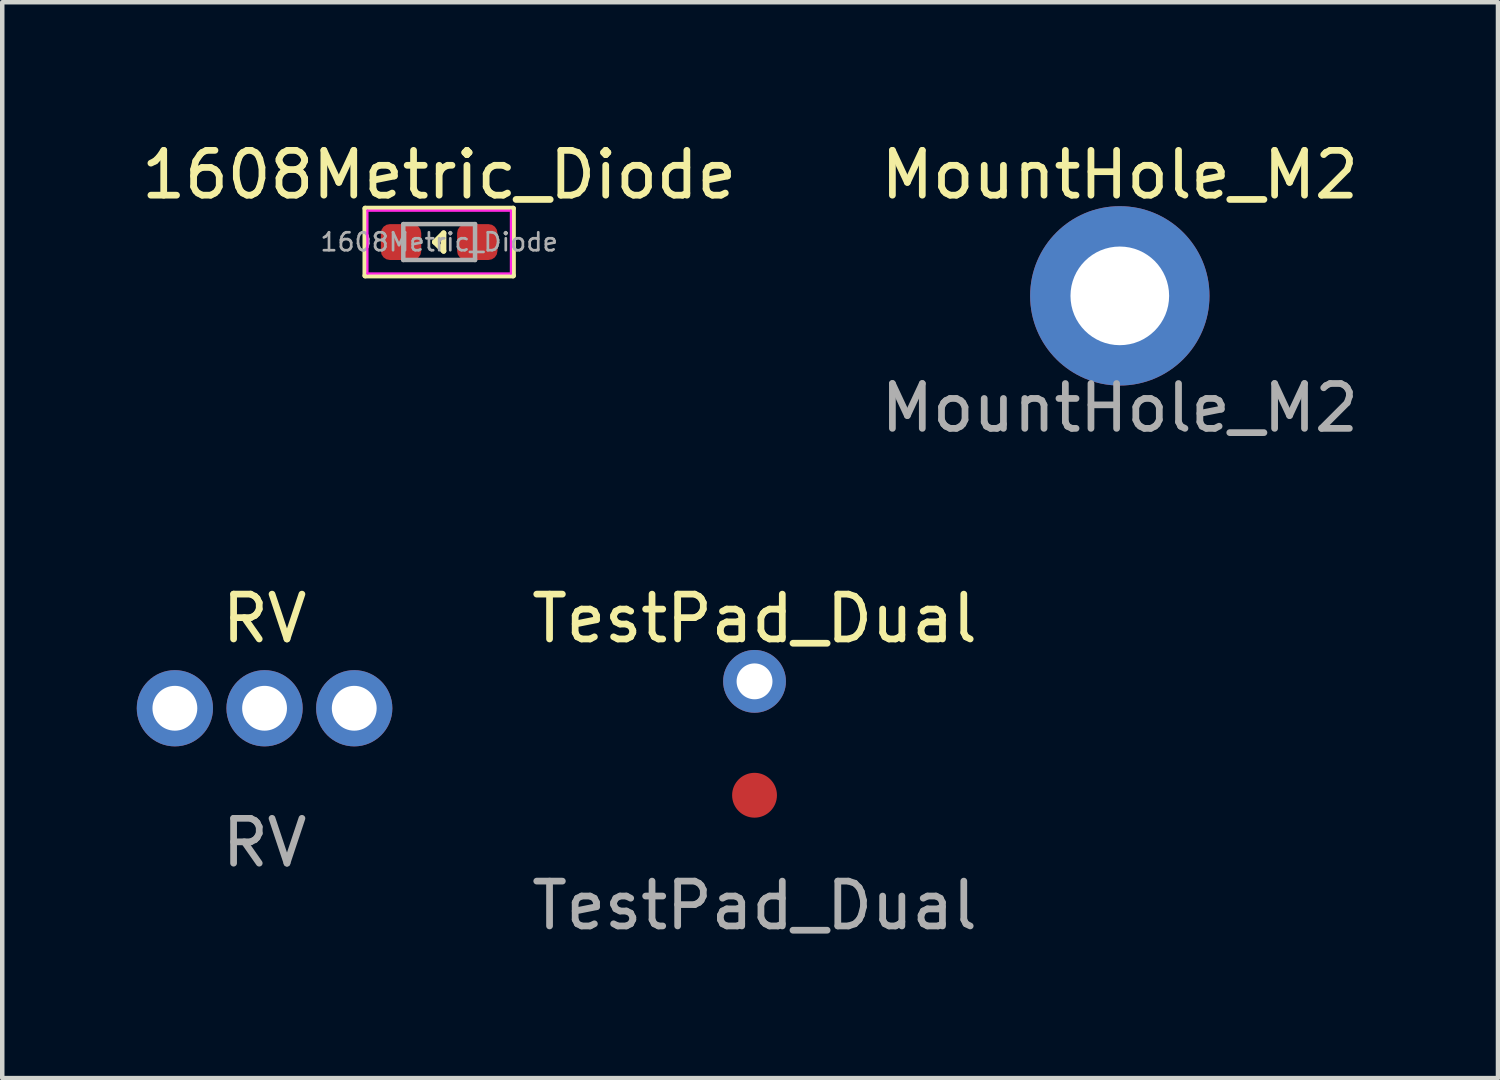
<source format=kicad_pcb>
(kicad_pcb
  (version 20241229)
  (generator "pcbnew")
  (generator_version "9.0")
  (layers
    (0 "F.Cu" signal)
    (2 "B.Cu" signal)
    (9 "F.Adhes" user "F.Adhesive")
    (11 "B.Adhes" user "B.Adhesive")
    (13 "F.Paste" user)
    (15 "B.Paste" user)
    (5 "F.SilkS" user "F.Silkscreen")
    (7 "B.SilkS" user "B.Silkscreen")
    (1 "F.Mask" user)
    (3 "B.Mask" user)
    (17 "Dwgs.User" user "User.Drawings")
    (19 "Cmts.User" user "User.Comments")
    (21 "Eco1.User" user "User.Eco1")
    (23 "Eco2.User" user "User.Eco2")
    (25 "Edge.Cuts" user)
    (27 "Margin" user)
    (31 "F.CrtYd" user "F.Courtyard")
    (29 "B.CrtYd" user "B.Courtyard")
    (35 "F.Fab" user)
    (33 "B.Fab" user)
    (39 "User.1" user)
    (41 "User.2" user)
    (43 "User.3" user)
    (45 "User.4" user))
  (footprint "RV"
    (layer "F.Cu")
    (at 2.85 12.745)
    (property "Reference" "RV" (at 0 -2 0) (unlocked yes) (layer "F.SilkS") (effects (font (size 1 1) (thickness 0.15))))
    (attr through_hole)
    (fp_text user "${REFERENCE}" (at 0 3 0) (unlocked yes) (layer "F.Fab") (effects (font (size 1 1) (thickness 0.15))))
    (pad "1" thru_hole circle (at 2 0) (size 1.7 1.7) (drill 1) (layers "*.Cu" "*.Mask"))
    (pad "2" thru_hole circle (at 0 0) (size 1.7 1.7) (drill 1) (layers "*.Cu" "*.Mask"))
    (pad "3" thru_hole circle (at -2 0) (size 1.7 1.7) (drill 1) (layers "*.Cu" "*.Mask")))
  (footprint "TestPad_Dual"
    (layer "F.Cu")
    (at 13.777 12.145)
    (property "Reference" "TestPad_Dual" (at 0 -1.4 0) (unlocked yes) (layer "F.SilkS") (effects (font (size 1 1) (thickness 0.15))))
    (attr smd)
    (fp_text user "${REFERENCE}" (at 0 5 0) (unlocked yes) (layer "F.Fab") (effects (font (size 1 1) (thickness 0.15))))
    (pad "1" thru_hole circle (at 0 0) (size 1.4 1.4) (drill 0.8) (layers "*.Cu" "*.Mask"))
    (pad "1" smd circle (at 0 2.54) (size 1 1) (layers "F.Cu" "F.Mask" "F.Paste")))
  (footprint "1608Metric_Diode"
    (layer "F.Cu")
    (at 6.744 2.348)
    (property "Reference" "1608Metric_Diode" (at 0 -1.5 0) (layer "F.SilkS") (effects (font (size 1 1) (thickness 0.15))))
    (attr smd)
    (fp_line (start -1.65 -0.75) (end -1.65 0.75) (stroke (width 0.12) (type solid)) (layer "F.SilkS"))
    (fp_line (start -1.65 -0.75) (end 1.65 -0.75) (stroke (width 0.12) (type solid)) (layer "F.SilkS"))
    (fp_line (start -1.65 0.75) (end 1.65 0.75) (stroke (width 0.12) (type solid)) (layer "F.SilkS"))
    (fp_line (start -0.1 0) (end 0.1 -0.2) (stroke (width 0.12) (type solid)) (layer "F.SilkS"))
    (fp_line (start 0.1 -0.2) (end 0.1 0.2) (stroke (width 0.12) (type solid)) (layer "F.SilkS"))
    (fp_line (start 0.1 0.2) (end -0.1 0) (stroke (width 0.12) (type solid)) (layer "F.SilkS"))
    (fp_line (start 1.65 -0.75) (end 1.65 0.75) (stroke (width 0.12) (type solid)) (layer "F.SilkS"))
    (fp_line (start -1.6 -0.7) (end 1.6 -0.7) (stroke (width 0.05) (type solid)) (layer "F.CrtYd"))
    (fp_line (start -1.6 0.7) (end -1.6 -0.7) (stroke (width 0.05) (type solid)) (layer "F.CrtYd"))
    (fp_line (start 1.6 -0.7) (end 1.6 0.7) (stroke (width 0.05) (type solid)) (layer "F.CrtYd"))
    (fp_line (start 1.6 0.7) (end -1.6 0.7) (stroke (width 0.05) (type solid)) (layer "F.CrtYd"))
    (fp_line (start -0.8 -0.4) (end 0.8 -0.4) (stroke (width 0.1) (type solid)) (layer "F.Fab"))
    (fp_line (start -0.8 0.4) (end -0.8 -0.4) (stroke (width 0.1) (type solid)) (layer "F.Fab"))
    (fp_line (start 0.8 -0.4) (end 0.8 0.4) (stroke (width 0.1) (type solid)) (layer "F.Fab"))
    (fp_line (start 0.8 0.4) (end -0.8 0.4) (stroke (width 0.1) (type solid)) (layer "F.Fab"))
    (fp_text user "${REFERENCE}" (at 0 0 0) (layer "F.Fab") (effects (font (size 0.4 0.4) (thickness 0.06))))
    (pad "1" smd roundrect (at -0.85 0) (size 0.9 0.8) (layers "F.Cu" "F.Mask" "F.Paste") (roundrect_rratio 0.25))
    (pad "2" smd roundrect (at 0.85 0) (size 0.9 0.8) (layers "F.Cu" "F.Mask" "F.Paste") (roundrect_rratio 0.25)))
  (footprint "MountHole_M2"
    (layer "F.Cu")
    (at 21.923 3.548)
    (property "Reference" "MountHole_M2" (at 0 -2.7 0) (unlocked yes) (layer "F.SilkS") (effects (font (size 1 1) (thickness 0.15))))
    (attr through_hole)
    (fp_text user "${REFERENCE}" (at 0 2.5 0) (unlocked yes) (layer "F.Fab") (effects (font (size 1 1) (thickness 0.15))))
    (pad "" thru_hole circle (at 0 0) (size 4 4) (drill 2.2) (layers "*.Cu" "*.Mask")))
  (gr_rect
    (start -3 -3)
    (end 30.357 20.993)
    (stroke (width 0.1) (type default))
    (fill no)
    (layer "Edge.Cuts")))
</source>
